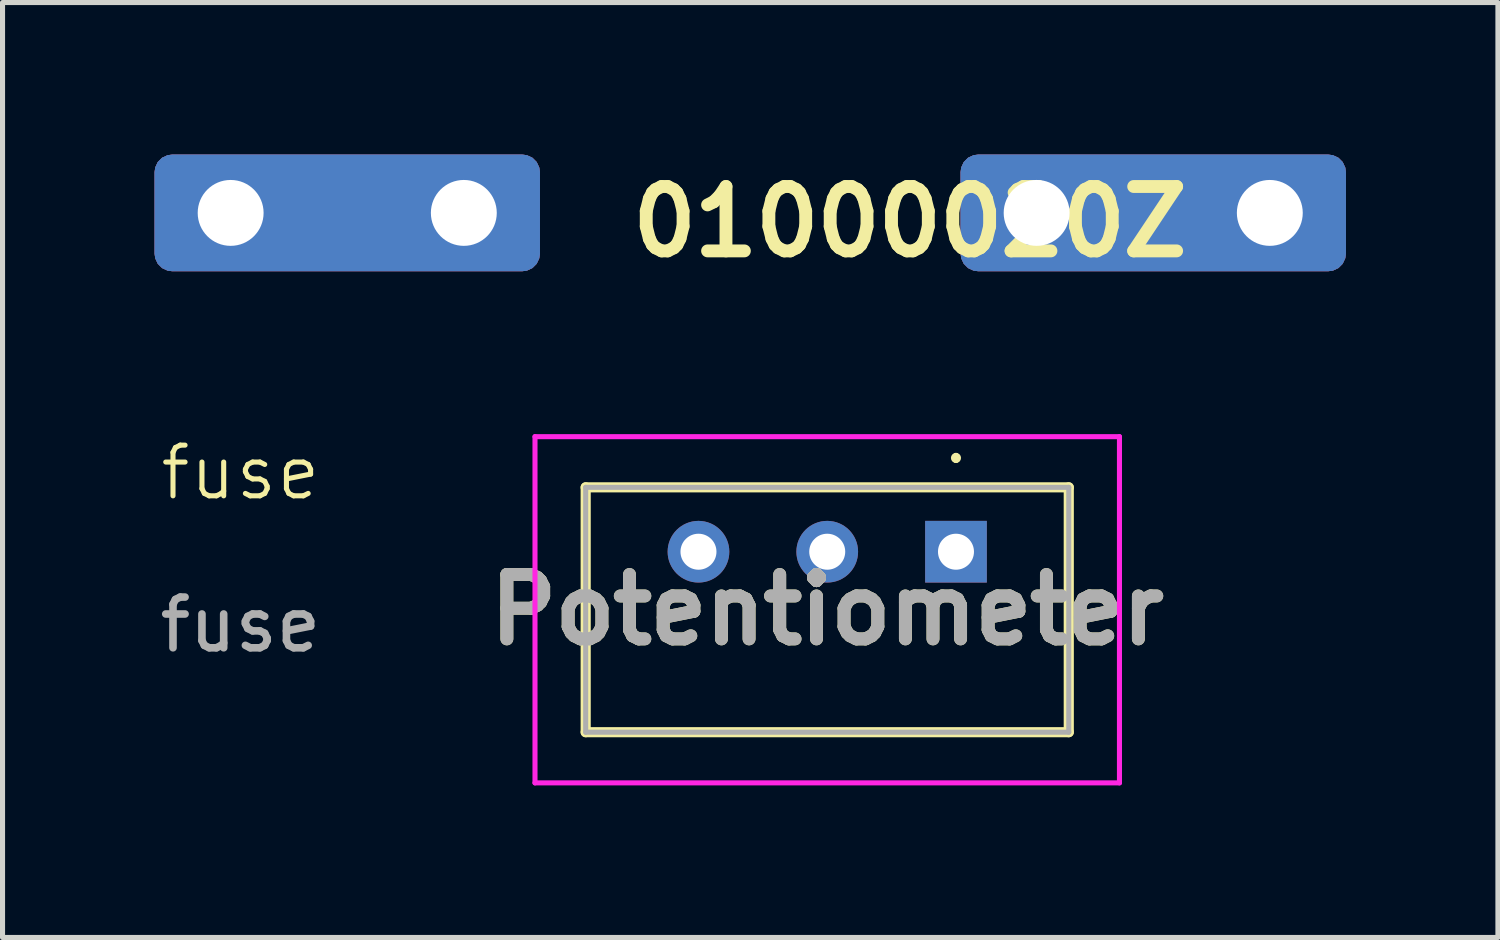
<source format=kicad_pcb>
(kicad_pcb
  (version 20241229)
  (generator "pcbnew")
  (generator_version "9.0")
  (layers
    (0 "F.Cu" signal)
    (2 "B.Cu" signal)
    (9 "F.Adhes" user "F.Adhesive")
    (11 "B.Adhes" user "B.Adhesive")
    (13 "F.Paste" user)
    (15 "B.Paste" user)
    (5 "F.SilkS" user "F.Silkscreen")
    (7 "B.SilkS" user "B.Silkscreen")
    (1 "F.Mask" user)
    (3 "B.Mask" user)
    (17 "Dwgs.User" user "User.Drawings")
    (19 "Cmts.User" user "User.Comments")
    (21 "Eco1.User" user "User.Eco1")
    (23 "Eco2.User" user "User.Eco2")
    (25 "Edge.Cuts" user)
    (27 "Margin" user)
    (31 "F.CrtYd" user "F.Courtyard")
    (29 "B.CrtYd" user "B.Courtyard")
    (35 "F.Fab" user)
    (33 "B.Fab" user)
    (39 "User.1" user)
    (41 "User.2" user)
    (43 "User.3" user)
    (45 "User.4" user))
  (footprint "01000020Z"
    (layer "F.Cu")
    (at 12.6 1.3)
    (property "Reference" "01000020Z" (at 2.3 0.025 0) (layer "F.SilkS") (effects (font (size 1.27 1.27) (thickness 0.254))))
    (attr through_hole)
    (pad "1" thru_hole roundrect (at -11.1 -0.15) (size 7.6 2.3) (drill 1.3 (offset 2.3 0)) (layers "*.Cu" "*.Mask") (roundrect_rratio 0.15))
    (pad "1" thru_hole roundrect (at -6.5 -0.15 180) (size 7.6 2.3) (drill 1.3 (offset 2.3 0)) (layers "*.Cu" "*.Mask") (roundrect_rratio 0.15))
    (pad "2" thru_hole roundrect (at 4.8 -0.15) (size 7.6 2.3) (drill 1.3 (offset 2.3 0)) (layers "*.Cu" "*.Mask") (roundrect_rratio 0.15))
    (pad "2" thru_hole roundrect (at 9.4 -0.15 180) (size 7.6 2.3) (drill 1.3 (offset 2.3 0)) (layers "*.Cu" "*.Mask") (roundrect_rratio 0.15)))
  (footprint "Potentiometer"
    (layer "F.Cu")
    (at 15.809 7.834)
    (property "Reference" "Potentiometer" (at -2.54 1.145 0) (layer "F.SilkS") (effects (font (size 1.27 1.27) (thickness 0.254))))
    (attr through_hole)
    (fp_line (start -7.305 -1.27) (end -7.305 3.56) (stroke (width 0.2) (type solid)) (layer "F.SilkS"))
    (fp_line (start -7.305 3.56) (end 2.225 3.56) (stroke (width 0.2) (type solid)) (layer "F.SilkS"))
    (fp_line (start 0 -1.9) (end 0 -1.9) (stroke (width 0.1) (type solid)) (layer "F.SilkS"))
    (fp_line (start 0 -1.8) (end 0 -1.8) (stroke (width 0.1) (type solid)) (layer "F.SilkS"))
    (fp_line (start 2.225 -1.27) (end -7.305 -1.27) (stroke (width 0.2) (type solid)) (layer "F.SilkS"))
    (fp_line (start 2.225 3.56) (end 2.225 -1.27) (stroke (width 0.2) (type solid)) (layer "F.SilkS"))
    (fp_arc (start 0 -1.9) (mid 0.05 -1.85) (end 0 -1.8) (stroke (width 0.1) (type solid)) (layer "F.SilkS"))
    (fp_arc (start 0 -1.8) (mid -0.05 -1.85) (end 0 -1.9) (stroke (width 0.1) (type solid)) (layer "F.SilkS"))
    (fp_line (start -8.305 -2.27) (end -8.305 4.56) (stroke (width 0.1) (type solid)) (layer "F.CrtYd"))
    (fp_line (start -8.305 4.56) (end 3.225 4.56) (stroke (width 0.1) (type solid)) (layer "F.CrtYd"))
    (fp_line (start 3.225 -2.27) (end -8.305 -2.27) (stroke (width 0.1) (type solid)) (layer "F.CrtYd"))
    (fp_line (start 3.225 4.56) (end 3.225 -2.27) (stroke (width 0.1) (type solid)) (layer "F.CrtYd"))
    (fp_line (start -7.305 -1.27) (end -7.305 3.56) (stroke (width 0.1) (type solid)) (layer "F.Fab"))
    (fp_line (start -7.305 3.56) (end 2.225 3.56) (stroke (width 0.1) (type solid)) (layer "F.Fab"))
    (fp_line (start 2.225 -1.27) (end -7.305 -1.27) (stroke (width 0.1) (type solid)) (layer "F.Fab"))
    (fp_line (start 2.225 3.56) (end 2.225 -1.27) (stroke (width 0.1) (type solid)) (layer "F.Fab"))
    (fp_text user "${REFERENCE}" (at -2.54 1.145 0) (layer "F.Fab") (effects (font (size 1.27 1.27) (thickness 0.254))))
    (pad "1" thru_hole rect (at 0 0) (size 1.217 1.217) (drill 0.71) (layers "*.Cu" "*.Mask"))
    (pad "2" thru_hole circle (at -2.54 0) (size 1.217 1.217) (drill 0.71) (layers "*.Cu" "*.Mask"))
    (pad "3" thru_hole circle (at -5.08 0) (size 1.217 1.217) (drill 0.71) (layers "*.Cu" "*.Mask")))
  (footprint "fuse"
    (layer "F.Cu")
    (at 1.696 6.774)
    (property "Reference" "fuse" (at 0 -0.5 0) (unlocked yes) (layer "F.SilkS") (effects (font (size 1 1) (thickness 0.1))))
    (attr smd)
    (fp_text user "${REFERENCE}" (at 0 2.5 0) (unlocked yes) (layer "F.Fab") (effects (font (size 1 1) (thickness 0.15)))))
  (gr_rect
    (start -3 -3)
    (end 26.5 15.444)
    (stroke (width 0.1) (type default))
    (fill no)
    (layer "Edge.Cuts")))
</source>
